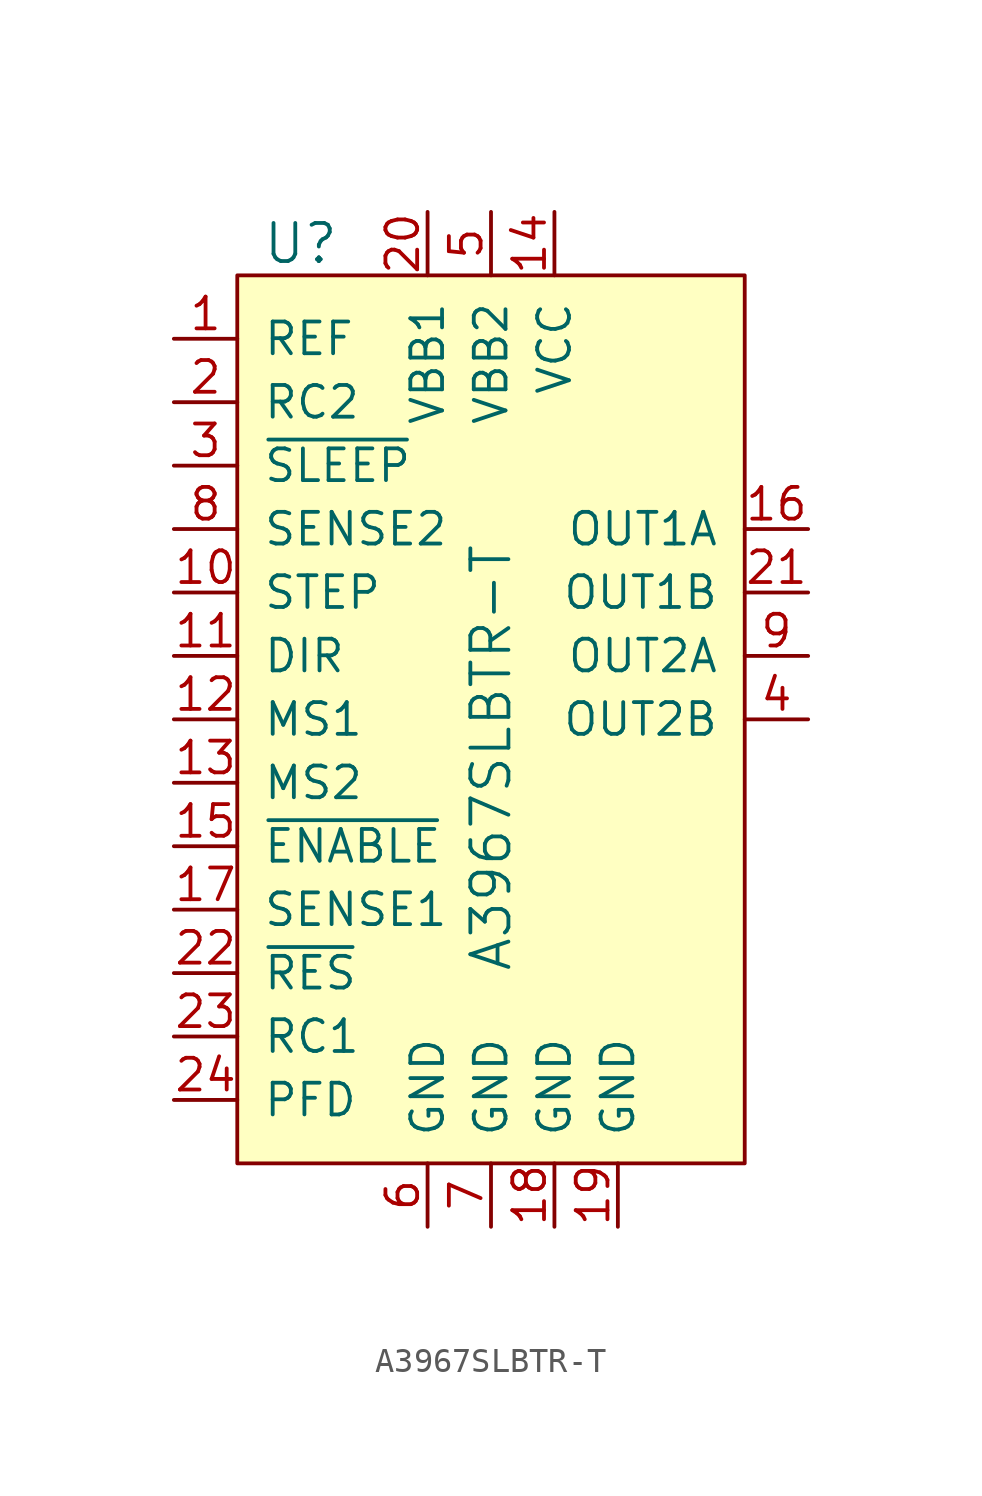
<source format=kicad_sym>
(kicad_symbol_lib
  (version 20231120)
  (generator "kicad_symbol_editor")
  (generator_version "8.0")
  (symbol "A3967SLBTR-T"
    (pin_names
      (offset 1.016))
    (property "Reference" "U"
      (at -7.62 19.05 0)
      (effects (font (size 1.524 1.524))))
    (property "Value" "A3967SLBTR-T"
      (at 0 -10.16 90)
      (effects (font (size 1.524 1.524)) (justify left)))
    (symbol "A3967SLBTR-T_0_1"
      (rectangle (start -10.16 17.78) (end 10.16 -17.78) (stroke (width 0) (type default)) (fill (type background))))
    (symbol "A3967SLBTR-T_1_1"
      (pin input line (at -12.7 15.24 0) (length 2.54) (name "REF" (effects (font (size 1.27 1.27)))) (number "1" (effects (font (size 1.27 1.27)))))
      (pin input line (at -12.7 5.08 0) (length 2.54) (name "STEP" (effects (font (size 1.27 1.27)))) (number "10" (effects (font (size 1.27 1.27)))))
      (pin input line (at -12.7 2.54 0) (length 2.54) (name "DIR" (effects (font (size 1.27 1.27)))) (number "11" (effects (font (size 1.27 1.27)))))
      (pin input line (at -12.7 0 0) (length 2.54) (name "MS1" (effects (font (size 1.27 1.27)))) (number "12" (effects (font (size 1.27 1.27)))))
      (pin input line (at -12.7 -2.54 0) (length 2.54) (name "MS2" (effects (font (size 1.27 1.27)))) (number "13" (effects (font (size 1.27 1.27)))))
      (pin power_in line (at 2.54 20.32 270) (length 2.54) (name "VCC" (effects (font (size 1.27 1.27)))) (number "14" (effects (font (size 1.27 1.27)))))
      (pin input line (at -12.7 -5.08 0) (length 2.54) (name "~{ENABLE}" (effects (font (size 1.27 1.27)))) (number "15" (effects (font (size 1.27 1.27)))))
      (pin output line (at 12.7 7.62 180) (length 2.54) (name "OUT1A" (effects (font (size 1.27 1.27)))) (number "16" (effects (font (size 1.27 1.27)))))
      (pin input line (at -12.7 -7.62 0) (length 2.54) (name "SENSE1" (effects (font (size 1.27 1.27)))) (number "17" (effects (font (size 1.27 1.27)))))
      (pin power_in line (at 2.54 -20.32 90) (length 2.54) (name "GND" (effects (font (size 1.27 1.27)))) (number "18" (effects (font (size 1.27 1.27)))))
      (pin power_in line (at 5.08 -20.32 90) (length 2.54) (name "GND" (effects (font (size 1.27 1.27)))) (number "19" (effects (font (size 1.27 1.27)))))
      (pin input line (at -12.7 12.7 0) (length 2.54) (name "RC2" (effects (font (size 1.27 1.27)))) (number "2" (effects (font (size 1.27 1.27)))))
      (pin power_in line (at -2.54 20.32 270) (length 2.54) (name "VBB1" (effects (font (size 1.27 1.27)))) (number "20" (effects (font (size 1.27 1.27)))))
      (pin output line (at 12.7 5.08 180) (length 2.54) (name "OUT1B" (effects (font (size 1.27 1.27)))) (number "21" (effects (font (size 1.27 1.27)))))
      (pin input line (at -12.7 -10.16 0) (length 2.54) (name "~{RES}" (effects (font (size 1.27 1.27)))) (number "22" (effects (font (size 1.27 1.27)))))
      (pin input line (at -12.7 -12.7 0) (length 2.54) (name "RC1" (effects (font (size 1.27 1.27)))) (number "23" (effects (font (size 1.27 1.27)))))
      (pin input line (at -12.7 -15.24 0) (length 2.54) (name "PFD" (effects (font (size 1.27 1.27)))) (number "24" (effects (font (size 1.27 1.27)))))
      (pin input line (at -12.7 10.16 0) (length 2.54) (name "~{SLEEP}" (effects (font (size 1.27 1.27)))) (number "3" (effects (font (size 1.27 1.27)))))
      (pin output line (at 12.7 0 180) (length 2.54) (name "OUT2B" (effects (font (size 1.27 1.27)))) (number "4" (effects (font (size 1.27 1.27)))))
      (pin power_in line (at 0 20.32 270) (length 2.54) (name "VBB2" (effects (font (size 1.27 1.27)))) (number "5" (effects (font (size 1.27 1.27)))))
      (pin power_in line (at -2.54 -20.32 90) (length 2.54) (name "GND" (effects (font (size 1.27 1.27)))) (number "6" (effects (font (size 1.27 1.27)))))
      (pin power_in line (at 0 -20.32 90) (length 2.54) (name "GND" (effects (font (size 1.27 1.27)))) (number "7" (effects (font (size 1.27 1.27)))))
      (pin input line (at -12.7 7.62 0) (length 2.54) (name "SENSE2" (effects (font (size 1.27 1.27)))) (number "8" (effects (font (size 1.27 1.27)))))
      (pin output line (at 12.7 2.54 180) (length 2.54) (name "OUT2A" (effects (font (size 1.27 1.27)))) (number "9" (effects (font (size 1.27 1.27))))))))
</source>
